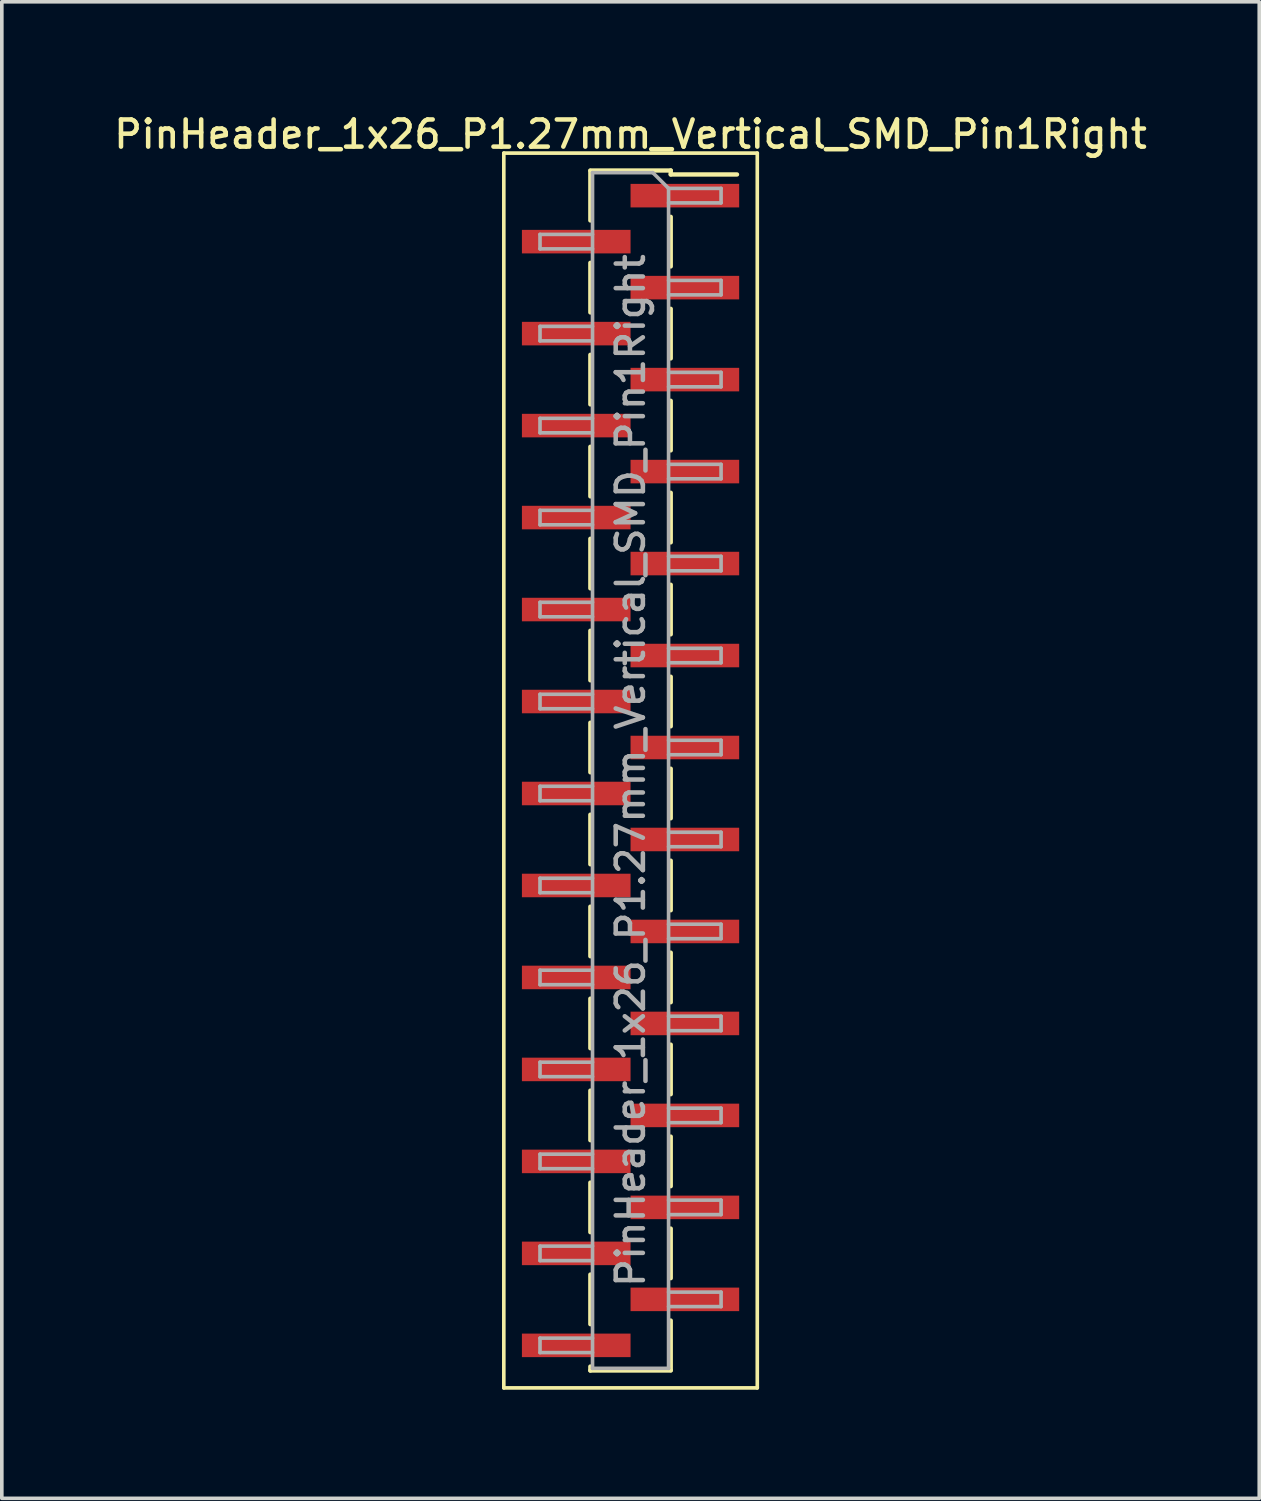
<source format=kicad_pcb>
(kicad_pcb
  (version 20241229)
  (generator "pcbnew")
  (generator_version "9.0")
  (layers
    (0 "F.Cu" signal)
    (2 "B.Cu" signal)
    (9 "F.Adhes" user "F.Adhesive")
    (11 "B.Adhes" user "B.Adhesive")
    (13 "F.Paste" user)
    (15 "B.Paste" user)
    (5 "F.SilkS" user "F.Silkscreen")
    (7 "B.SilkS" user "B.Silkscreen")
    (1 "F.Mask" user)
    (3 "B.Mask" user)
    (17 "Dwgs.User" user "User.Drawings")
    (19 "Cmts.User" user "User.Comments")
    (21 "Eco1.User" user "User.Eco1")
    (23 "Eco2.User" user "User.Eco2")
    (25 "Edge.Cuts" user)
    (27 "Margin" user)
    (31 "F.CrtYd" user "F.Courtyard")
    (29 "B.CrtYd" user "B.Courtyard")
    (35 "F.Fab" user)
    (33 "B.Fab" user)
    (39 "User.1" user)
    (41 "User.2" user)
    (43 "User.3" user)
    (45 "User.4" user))
  (footprint "PinHeader_1x26_P1.27mm_Vertical_SMD_Pin1Right"
    (layer "F.Cu")
    (at 14.363 18.228)
    (property "Reference" "PinHeader_1x26_P1.27mm_Vertical_SMD_Pin1Right" (at 0 -17.57 0) (layer "F.SilkS") (effects (font (size 0.75 0.75) (thickness 0.125))))
    (attr smd)
    (fp_line (start -3.5 -17.05) (end -3.5 17.05) (stroke (width 0.1) (type solid)) (layer "F.SilkS"))
    (fp_line (start -3.5 17.05) (end 3.5 17.05) (stroke (width 0.1) (type solid)) (layer "F.SilkS"))
    (fp_line (start -1.11 -16.57) (end 1.11 -16.57) (stroke (width 0.12) (type solid)) (layer "F.SilkS"))
    (fp_line (start -1.11 -16.56) (end -1.11 -15.19) (stroke (width 0.12) (type solid)) (layer "F.SilkS"))
    (fp_line (start -1.11 -14.02) (end -1.11 -12.65) (stroke (width 0.12) (type solid)) (layer "F.SilkS"))
    (fp_line (start -1.11 -11.48) (end -1.11 -10.11) (stroke (width 0.12) (type solid)) (layer "F.SilkS"))
    (fp_line (start -1.11 -8.94) (end -1.11 -7.57) (stroke (width 0.12) (type solid)) (layer "F.SilkS"))
    (fp_line (start -1.11 -6.4) (end -1.11 -5.03) (stroke (width 0.12) (type solid)) (layer "F.SilkS"))
    (fp_line (start -1.11 -3.86) (end -1.11 -2.49) (stroke (width 0.12) (type solid)) (layer "F.SilkS"))
    (fp_line (start -1.11 -1.32) (end -1.11 0.05) (stroke (width 0.12) (type solid)) (layer "F.SilkS"))
    (fp_line (start -1.11 1.22) (end -1.11 2.59) (stroke (width 0.12) (type solid)) (layer "F.SilkS"))
    (fp_line (start -1.11 3.76) (end -1.11 5.13) (stroke (width 0.12) (type solid)) (layer "F.SilkS"))
    (fp_line (start -1.11 6.3) (end -1.11 7.67) (stroke (width 0.12) (type solid)) (layer "F.SilkS"))
    (fp_line (start -1.11 8.84) (end -1.11 10.21) (stroke (width 0.12) (type solid)) (layer "F.SilkS"))
    (fp_line (start -1.11 11.38) (end -1.11 12.75) (stroke (width 0.12) (type solid)) (layer "F.SilkS"))
    (fp_line (start -1.11 13.92) (end -1.11 15.29) (stroke (width 0.12) (type solid)) (layer "F.SilkS"))
    (fp_line (start -1.11 16.46) (end -1.11 16.57) (stroke (width 0.12) (type solid)) (layer "F.SilkS"))
    (fp_line (start -1.11 16.57) (end 1.11 16.57) (stroke (width 0.12) (type solid)) (layer "F.SilkS"))
    (fp_line (start 1.11 -16.57) (end 1.11 -16.46) (stroke (width 0.12) (type solid)) (layer "F.SilkS"))
    (fp_line (start 1.11 -16.46) (end 2.94 -16.46) (stroke (width 0.12) (type solid)) (layer "F.SilkS"))
    (fp_line (start 1.11 -15.29) (end 1.11 -13.92) (stroke (width 0.12) (type solid)) (layer "F.SilkS"))
    (fp_line (start 1.11 -12.75) (end 1.11 -11.38) (stroke (width 0.12) (type solid)) (layer "F.SilkS"))
    (fp_line (start 1.11 -10.21) (end 1.11 -8.84) (stroke (width 0.12) (type solid)) (layer "F.SilkS"))
    (fp_line (start 1.11 -7.67) (end 1.11 -6.3) (stroke (width 0.12) (type solid)) (layer "F.SilkS"))
    (fp_line (start 1.11 -5.13) (end 1.11 -3.76) (stroke (width 0.12) (type solid)) (layer "F.SilkS"))
    (fp_line (start 1.11 -2.59) (end 1.11 -1.22) (stroke (width 0.12) (type solid)) (layer "F.SilkS"))
    (fp_line (start 1.11 -0.05) (end 1.11 1.32) (stroke (width 0.12) (type solid)) (layer "F.SilkS"))
    (fp_line (start 1.11 2.49) (end 1.11 3.86) (stroke (width 0.12) (type solid)) (layer "F.SilkS"))
    (fp_line (start 1.11 5.03) (end 1.11 6.4) (stroke (width 0.12) (type solid)) (layer "F.SilkS"))
    (fp_line (start 1.11 7.57) (end 1.11 8.94) (stroke (width 0.12) (type solid)) (layer "F.SilkS"))
    (fp_line (start 1.11 10.11) (end 1.11 11.48) (stroke (width 0.12) (type solid)) (layer "F.SilkS"))
    (fp_line (start 1.11 12.65) (end 1.11 14.02) (stroke (width 0.12) (type solid)) (layer "F.SilkS"))
    (fp_line (start 1.11 15.19) (end 1.11 16.56) (stroke (width 0.12) (type solid)) (layer "F.SilkS"))
    (fp_line (start 3.5 -17.05) (end -3.5 -17.05) (stroke (width 0.1) (type solid)) (layer "F.SilkS"))
    (fp_line (start 3.5 17.05) (end 3.5 -17.05) (stroke (width 0.1) (type solid)) (layer "F.SilkS"))
    (fp_line (start -2.5 -14.805) (end -2.5 -14.405) (stroke (width 0.1) (type solid)) (layer "F.Fab"))
    (fp_line (start -2.5 -14.405) (end -1.05 -14.405) (stroke (width 0.1) (type solid)) (layer "F.Fab"))
    (fp_line (start -2.5 -12.265) (end -2.5 -11.865) (stroke (width 0.1) (type solid)) (layer "F.Fab"))
    (fp_line (start -2.5 -11.865) (end -1.05 -11.865) (stroke (width 0.1) (type solid)) (layer "F.Fab"))
    (fp_line (start -2.5 -9.725) (end -2.5 -9.325) (stroke (width 0.1) (type solid)) (layer "F.Fab"))
    (fp_line (start -2.5 -9.325) (end -1.05 -9.325) (stroke (width 0.1) (type solid)) (layer "F.Fab"))
    (fp_line (start -2.5 -7.185) (end -2.5 -6.785) (stroke (width 0.1) (type solid)) (layer "F.Fab"))
    (fp_line (start -2.5 -6.785) (end -1.05 -6.785) (stroke (width 0.1) (type solid)) (layer "F.Fab"))
    (fp_line (start -2.5 -4.645) (end -2.5 -4.245) (stroke (width 0.1) (type solid)) (layer "F.Fab"))
    (fp_line (start -2.5 -4.245) (end -1.05 -4.245) (stroke (width 0.1) (type solid)) (layer "F.Fab"))
    (fp_line (start -2.5 -2.105) (end -2.5 -1.705) (stroke (width 0.1) (type solid)) (layer "F.Fab"))
    (fp_line (start -2.5 -1.705) (end -1.05 -1.705) (stroke (width 0.1) (type solid)) (layer "F.Fab"))
    (fp_line (start -2.5 0.435) (end -2.5 0.835) (stroke (width 0.1) (type solid)) (layer "F.Fab"))
    (fp_line (start -2.5 0.835) (end -1.05 0.835) (stroke (width 0.1) (type solid)) (layer "F.Fab"))
    (fp_line (start -2.5 2.975) (end -2.5 3.375) (stroke (width 0.1) (type solid)) (layer "F.Fab"))
    (fp_line (start -2.5 3.375) (end -1.05 3.375) (stroke (width 0.1) (type solid)) (layer "F.Fab"))
    (fp_line (start -2.5 5.515) (end -2.5 5.915) (stroke (width 0.1) (type solid)) (layer "F.Fab"))
    (fp_line (start -2.5 5.915) (end -1.05 5.915) (stroke (width 0.1) (type solid)) (layer "F.Fab"))
    (fp_line (start -2.5 8.055) (end -2.5 8.455) (stroke (width 0.1) (type solid)) (layer "F.Fab"))
    (fp_line (start -2.5 8.455) (end -1.05 8.455) (stroke (width 0.1) (type solid)) (layer "F.Fab"))
    (fp_line (start -2.5 10.595) (end -2.5 10.995) (stroke (width 0.1) (type solid)) (layer "F.Fab"))
    (fp_line (start -2.5 10.995) (end -1.05 10.995) (stroke (width 0.1) (type solid)) (layer "F.Fab"))
    (fp_line (start -2.5 13.135) (end -2.5 13.535) (stroke (width 0.1) (type solid)) (layer "F.Fab"))
    (fp_line (start -2.5 13.535) (end -1.05 13.535) (stroke (width 0.1) (type solid)) (layer "F.Fab"))
    (fp_line (start -2.5 15.675) (end -2.5 16.075) (stroke (width 0.1) (type solid)) (layer "F.Fab"))
    (fp_line (start -2.5 16.075) (end -1.05 16.075) (stroke (width 0.1) (type solid)) (layer "F.Fab"))
    (fp_line (start -1.05 -16.51) (end -1.05 16.51) (stroke (width 0.1) (type solid)) (layer "F.Fab"))
    (fp_line (start -1.05 -16.51) (end 0.615 -16.51) (stroke (width 0.1) (type solid)) (layer "F.Fab"))
    (fp_line (start -1.05 -14.805) (end -2.5 -14.805) (stroke (width 0.1) (type solid)) (layer "F.Fab"))
    (fp_line (start -1.05 -12.265) (end -2.5 -12.265) (stroke (width 0.1) (type solid)) (layer "F.Fab"))
    (fp_line (start -1.05 -9.725) (end -2.5 -9.725) (stroke (width 0.1) (type solid)) (layer "F.Fab"))
    (fp_line (start -1.05 -7.185) (end -2.5 -7.185) (stroke (width 0.1) (type solid)) (layer "F.Fab"))
    (fp_line (start -1.05 -4.645) (end -2.5 -4.645) (stroke (width 0.1) (type solid)) (layer "F.Fab"))
    (fp_line (start -1.05 -2.105) (end -2.5 -2.105) (stroke (width 0.1) (type solid)) (layer "F.Fab"))
    (fp_line (start -1.05 0.435) (end -2.5 0.435) (stroke (width 0.1) (type solid)) (layer "F.Fab"))
    (fp_line (start -1.05 2.975) (end -2.5 2.975) (stroke (width 0.1) (type solid)) (layer "F.Fab"))
    (fp_line (start -1.05 5.515) (end -2.5 5.515) (stroke (width 0.1) (type solid)) (layer "F.Fab"))
    (fp_line (start -1.05 8.055) (end -2.5 8.055) (stroke (width 0.1) (type solid)) (layer "F.Fab"))
    (fp_line (start -1.05 10.595) (end -2.5 10.595) (stroke (width 0.1) (type solid)) (layer "F.Fab"))
    (fp_line (start -1.05 13.135) (end -2.5 13.135) (stroke (width 0.1) (type solid)) (layer "F.Fab"))
    (fp_line (start -1.05 15.675) (end -2.5 15.675) (stroke (width 0.1) (type solid)) (layer "F.Fab"))
    (fp_line (start 1.05 -16.075) (end 0.615 -16.51) (stroke (width 0.1) (type solid)) (layer "F.Fab"))
    (fp_line (start 1.05 -16.075) (end 2.5 -16.075) (stroke (width 0.1) (type solid)) (layer "F.Fab"))
    (fp_line (start 1.05 -13.535) (end 2.5 -13.535) (stroke (width 0.1) (type solid)) (layer "F.Fab"))
    (fp_line (start 1.05 -10.995) (end 2.5 -10.995) (stroke (width 0.1) (type solid)) (layer "F.Fab"))
    (fp_line (start 1.05 -8.455) (end 2.5 -8.455) (stroke (width 0.1) (type solid)) (layer "F.Fab"))
    (fp_line (start 1.05 -5.915) (end 2.5 -5.915) (stroke (width 0.1) (type solid)) (layer "F.Fab"))
    (fp_line (start 1.05 -3.375) (end 2.5 -3.375) (stroke (width 0.1) (type solid)) (layer "F.Fab"))
    (fp_line (start 1.05 -0.835) (end 2.5 -0.835) (stroke (width 0.1) (type solid)) (layer "F.Fab"))
    (fp_line (start 1.05 1.705) (end 2.5 1.705) (stroke (width 0.1) (type solid)) (layer "F.Fab"))
    (fp_line (start 1.05 4.245) (end 2.5 4.245) (stroke (width 0.1) (type solid)) (layer "F.Fab"))
    (fp_line (start 1.05 6.785) (end 2.5 6.785) (stroke (width 0.1) (type solid)) (layer "F.Fab"))
    (fp_line (start 1.05 9.325) (end 2.5 9.325) (stroke (width 0.1) (type solid)) (layer "F.Fab"))
    (fp_line (start 1.05 11.865) (end 2.5 11.865) (stroke (width 0.1) (type solid)) (layer "F.Fab"))
    (fp_line (start 1.05 14.405) (end 2.5 14.405) (stroke (width 0.1) (type solid)) (layer "F.Fab"))
    (fp_line (start 1.05 16.51) (end -1.05 16.51) (stroke (width 0.1) (type solid)) (layer "F.Fab"))
    (fp_line (start 1.05 16.51) (end 1.05 -16.075) (stroke (width 0.1) (type solid)) (layer "F.Fab"))
    (fp_line (start 2.5 -16.075) (end 2.5 -15.675) (stroke (width 0.1) (type solid)) (layer "F.Fab"))
    (fp_line (start 2.5 -15.675) (end 1.05 -15.675) (stroke (width 0.1) (type solid)) (layer "F.Fab"))
    (fp_line (start 2.5 -13.535) (end 2.5 -13.135) (stroke (width 0.1) (type solid)) (layer "F.Fab"))
    (fp_line (start 2.5 -13.135) (end 1.05 -13.135) (stroke (width 0.1) (type solid)) (layer "F.Fab"))
    (fp_line (start 2.5 -10.995) (end 2.5 -10.595) (stroke (width 0.1) (type solid)) (layer "F.Fab"))
    (fp_line (start 2.5 -10.595) (end 1.05 -10.595) (stroke (width 0.1) (type solid)) (layer "F.Fab"))
    (fp_line (start 2.5 -8.455) (end 2.5 -8.055) (stroke (width 0.1) (type solid)) (layer "F.Fab"))
    (fp_line (start 2.5 -8.055) (end 1.05 -8.055) (stroke (width 0.1) (type solid)) (layer "F.Fab"))
    (fp_line (start 2.5 -5.915) (end 2.5 -5.515) (stroke (width 0.1) (type solid)) (layer "F.Fab"))
    (fp_line (start 2.5 -5.515) (end 1.05 -5.515) (stroke (width 0.1) (type solid)) (layer "F.Fab"))
    (fp_line (start 2.5 -3.375) (end 2.5 -2.975) (stroke (width 0.1) (type solid)) (layer "F.Fab"))
    (fp_line (start 2.5 -2.975) (end 1.05 -2.975) (stroke (width 0.1) (type solid)) (layer "F.Fab"))
    (fp_line (start 2.5 -0.835) (end 2.5 -0.435) (stroke (width 0.1) (type solid)) (layer "F.Fab"))
    (fp_line (start 2.5 -0.435) (end 1.05 -0.435) (stroke (width 0.1) (type solid)) (layer "F.Fab"))
    (fp_line (start 2.5 1.705) (end 2.5 2.105) (stroke (width 0.1) (type solid)) (layer "F.Fab"))
    (fp_line (start 2.5 2.105) (end 1.05 2.105) (stroke (width 0.1) (type solid)) (layer "F.Fab"))
    (fp_line (start 2.5 4.245) (end 2.5 4.645) (stroke (width 0.1) (type solid)) (layer "F.Fab"))
    (fp_line (start 2.5 4.645) (end 1.05 4.645) (stroke (width 0.1) (type solid)) (layer "F.Fab"))
    (fp_line (start 2.5 6.785) (end 2.5 7.185) (stroke (width 0.1) (type solid)) (layer "F.Fab"))
    (fp_line (start 2.5 7.185) (end 1.05 7.185) (stroke (width 0.1) (type solid)) (layer "F.Fab"))
    (fp_line (start 2.5 9.325) (end 2.5 9.725) (stroke (width 0.1) (type solid)) (layer "F.Fab"))
    (fp_line (start 2.5 9.725) (end 1.05 9.725) (stroke (width 0.1) (type solid)) (layer "F.Fab"))
    (fp_line (start 2.5 11.865) (end 2.5 12.265) (stroke (width 0.1) (type solid)) (layer "F.Fab"))
    (fp_line (start 2.5 12.265) (end 1.05 12.265) (stroke (width 0.1) (type solid)) (layer "F.Fab"))
    (fp_line (start 2.5 14.405) (end 2.5 14.805) (stroke (width 0.1) (type solid)) (layer "F.Fab"))
    (fp_line (start 2.5 14.805) (end 1.05 14.805) (stroke (width 0.1) (type solid)) (layer "F.Fab"))
    (fp_text user "${REFERENCE}" (at 0 0 90) (layer "F.Fab") (effects (font (size 0.75 0.75) (thickness 0.125))))
    (pad "1" smd rect (at 1.5 -15.875) (size 3 0.65) (layers "F.Cu" "F.Mask" "F.Paste"))
    (pad "2" smd rect (at -1.5 -14.605) (size 3 0.65) (layers "F.Cu" "F.Mask" "F.Paste"))
    (pad "3" smd rect (at 1.5 -13.335) (size 3 0.65) (layers "F.Cu" "F.Mask" "F.Paste"))
    (pad "4" smd rect (at -1.5 -12.065) (size 3 0.65) (layers "F.Cu" "F.Mask" "F.Paste"))
    (pad "5" smd rect (at 1.5 -10.795) (size 3 0.65) (layers "F.Cu" "F.Mask" "F.Paste"))
    (pad "6" smd rect (at -1.5 -9.525) (size 3 0.65) (layers "F.Cu" "F.Mask" "F.Paste"))
    (pad "7" smd rect (at 1.5 -8.255) (size 3 0.65) (layers "F.Cu" "F.Mask" "F.Paste"))
    (pad "8" smd rect (at -1.5 -6.985) (size 3 0.65) (layers "F.Cu" "F.Mask" "F.Paste"))
    (pad "9" smd rect (at 1.5 -5.715) (size 3 0.65) (layers "F.Cu" "F.Mask" "F.Paste"))
    (pad "10" smd rect (at -1.5 -4.445) (size 3 0.65) (layers "F.Cu" "F.Mask" "F.Paste"))
    (pad "11" smd rect (at 1.5 -3.175) (size 3 0.65) (layers "F.Cu" "F.Mask" "F.Paste"))
    (pad "12" smd rect (at -1.5 -1.905) (size 3 0.65) (layers "F.Cu" "F.Mask" "F.Paste"))
    (pad "13" smd rect (at 1.5 -0.635) (size 3 0.65) (layers "F.Cu" "F.Mask" "F.Paste"))
    (pad "14" smd rect (at -1.5 0.635) (size 3 0.65) (layers "F.Cu" "F.Mask" "F.Paste"))
    (pad "15" smd rect (at 1.5 1.905) (size 3 0.65) (layers "F.Cu" "F.Mask" "F.Paste"))
    (pad "16" smd rect (at -1.5 3.175) (size 3 0.65) (layers "F.Cu" "F.Mask" "F.Paste"))
    (pad "17" smd rect (at 1.5 4.445) (size 3 0.65) (layers "F.Cu" "F.Mask" "F.Paste"))
    (pad "18" smd rect (at -1.5 5.715) (size 3 0.65) (layers "F.Cu" "F.Mask" "F.Paste"))
    (pad "19" smd rect (at 1.5 6.985) (size 3 0.65) (layers "F.Cu" "F.Mask" "F.Paste"))
    (pad "20" smd rect (at -1.5 8.255) (size 3 0.65) (layers "F.Cu" "F.Mask" "F.Paste"))
    (pad "21" smd rect (at 1.5 9.525) (size 3 0.65) (layers "F.Cu" "F.Mask" "F.Paste"))
    (pad "22" smd rect (at -1.5 10.795) (size 3 0.65) (layers "F.Cu" "F.Mask" "F.Paste"))
    (pad "23" smd rect (at 1.5 12.065) (size 3 0.65) (layers "F.Cu" "F.Mask" "F.Paste"))
    (pad "24" smd rect (at -1.5 13.335) (size 3 0.65) (layers "F.Cu" "F.Mask" "F.Paste"))
    (pad "25" smd rect (at 1.5 14.605) (size 3 0.65) (layers "F.Cu" "F.Mask" "F.Paste"))
    (pad "26" smd rect (at -1.5 15.875) (size 3 0.65) (layers "F.Cu" "F.Mask" "F.Paste")))
  (gr_rect
    (start -3 -3)
    (end 31.725 38.328)
    (stroke (width 0.1) (type default))
    (fill no)
    (layer "Edge.Cuts")))
</source>
